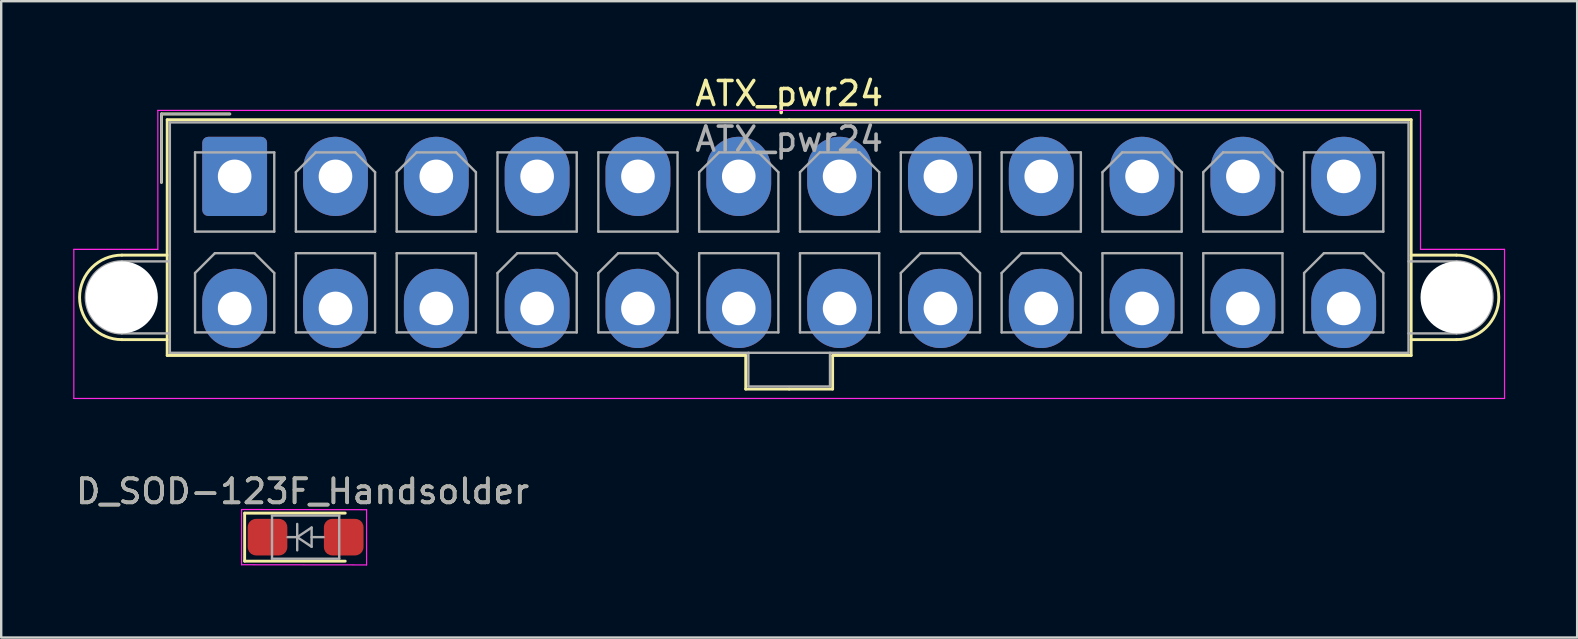
<source format=kicad_pcb>
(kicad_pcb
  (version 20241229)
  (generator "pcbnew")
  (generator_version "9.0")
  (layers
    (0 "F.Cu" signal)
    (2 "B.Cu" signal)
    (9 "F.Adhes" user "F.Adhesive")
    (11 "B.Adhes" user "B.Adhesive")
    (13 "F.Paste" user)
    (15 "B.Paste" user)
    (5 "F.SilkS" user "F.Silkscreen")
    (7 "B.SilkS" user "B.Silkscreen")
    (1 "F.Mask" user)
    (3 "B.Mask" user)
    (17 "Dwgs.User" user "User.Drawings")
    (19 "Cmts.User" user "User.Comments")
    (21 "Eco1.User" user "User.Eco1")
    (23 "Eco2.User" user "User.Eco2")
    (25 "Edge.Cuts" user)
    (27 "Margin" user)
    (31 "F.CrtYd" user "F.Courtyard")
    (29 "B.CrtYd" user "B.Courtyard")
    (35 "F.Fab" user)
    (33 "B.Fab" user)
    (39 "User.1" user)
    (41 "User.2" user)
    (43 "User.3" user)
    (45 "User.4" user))
  (footprint "ATX_pwr24"
    (layer "F.Cu")
    (at 6.725 4.298)
    (property "Reference" "ATX_pwr24" (at 23.1 -3.45 0) (layer "F.SilkS") (effects (font (size 1 1) (thickness 0.15))))
    (attr through_hole)
    (fp_line (start -4.7 3.28) (end -2.81 3.28) (stroke (width 0.12) (type solid)) (layer "F.SilkS"))
    (fp_line (start -4.7 6.8) (end -2.81 6.8) (stroke (width 0.12) (type solid)) (layer "F.SilkS"))
    (fp_line (start -3.05 -2.6) (end -3.05 0.25) (stroke (width 0.12) (type solid)) (layer "F.SilkS"))
    (fp_line (start -2.81 -2.36) (end -2.81 7.46) (stroke (width 0.12) (type solid)) (layer "F.SilkS"))
    (fp_line (start -2.81 7.46) (end 21.29 7.46) (stroke (width 0.12) (type solid)) (layer "F.SilkS"))
    (fp_line (start -0.2 -2.6) (end -3.05 -2.6) (stroke (width 0.12) (type solid)) (layer "F.SilkS"))
    (fp_line (start 21.29 7.46) (end 21.29 8.86) (stroke (width 0.12) (type solid)) (layer "F.SilkS"))
    (fp_line (start 21.29 8.86) (end 23.1 8.86) (stroke (width 0.12) (type solid)) (layer "F.SilkS"))
    (fp_line (start 23.1 -2.36) (end -2.81 -2.36) (stroke (width 0.12) (type solid)) (layer "F.SilkS"))
    (fp_line (start 23.1 -2.36) (end 49.01 -2.36) (stroke (width 0.12) (type solid)) (layer "F.SilkS"))
    (fp_line (start 24.91 7.46) (end 24.91 8.86) (stroke (width 0.12) (type solid)) (layer "F.SilkS"))
    (fp_line (start 24.91 8.86) (end 23.1 8.86) (stroke (width 0.12) (type solid)) (layer "F.SilkS"))
    (fp_line (start 49.01 -2.36) (end 49.01 7.46) (stroke (width 0.12) (type solid)) (layer "F.SilkS"))
    (fp_line (start 49.01 7.46) (end 24.91 7.46) (stroke (width 0.12) (type solid)) (layer "F.SilkS"))
    (fp_line (start 50.9 3.28) (end 49.01 3.28) (stroke (width 0.12) (type solid)) (layer "F.SilkS"))
    (fp_line (start 50.9 6.8) (end 49.01 6.8) (stroke (width 0.12) (type solid)) (layer "F.SilkS"))
    (fp_arc (start -4.7 6.8) (mid -6.46 5.04) (end -4.7 3.28) (stroke (width 0.12) (type solid)) (layer "F.SilkS"))
    (fp_arc (start 50.9 3.28) (mid 52.66 5.04) (end 50.9 6.8) (stroke (width 0.12) (type solid)) (layer "F.SilkS"))
    (fp_line (start -6.7 3.04) (end -6.7 9.25) (stroke (width 0.05) (type solid)) (layer "F.CrtYd"))
    (fp_line (start -6.7 9.25) (end 52.9 9.25) (stroke (width 0.05) (type solid)) (layer "F.CrtYd"))
    (fp_line (start -3.2 -2.75) (end -3.2 3.04) (stroke (width 0.05) (type solid)) (layer "F.CrtYd"))
    (fp_line (start -3.2 3.04) (end -6.7 3.04) (stroke (width 0.05) (type solid)) (layer "F.CrtYd"))
    (fp_line (start 49.4 -2.75) (end -3.2 -2.75) (stroke (width 0.05) (type solid)) (layer "F.CrtYd"))
    (fp_line (start 49.4 3.04) (end 49.4 -2.75) (stroke (width 0.05) (type solid)) (layer "F.CrtYd"))
    (fp_line (start 52.9 3.04) (end 49.4 3.04) (stroke (width 0.05) (type solid)) (layer "F.CrtYd"))
    (fp_line (start 52.9 9.25) (end 52.9 3.04) (stroke (width 0.05) (type solid)) (layer "F.CrtYd"))
    (fp_line (start -4.7 3.54) (end -2.7 3.54) (stroke (width 0.1) (type solid)) (layer "F.Fab"))
    (fp_line (start -4.7 6.54) (end -2.7 6.54) (stroke (width 0.1) (type solid)) (layer "F.Fab"))
    (fp_line (start -3.05 -2.6) (end -3.05 0.25) (stroke (width 0.1) (type solid)) (layer "F.Fab"))
    (fp_line (start -2.7 -2.25) (end -2.7 7.35) (stroke (width 0.1) (type solid)) (layer "F.Fab"))
    (fp_line (start -2.7 7.35) (end 48.9 7.35) (stroke (width 0.1) (type solid)) (layer "F.Fab"))
    (fp_line (start -1.65 -1) (end -1.65 2.3) (stroke (width 0.1) (type solid)) (layer "F.Fab"))
    (fp_line (start -1.65 2.3) (end 1.65 2.3) (stroke (width 0.1) (type solid)) (layer "F.Fab"))
    (fp_line (start -1.65 4.025) (end -0.825 3.2) (stroke (width 0.1) (type solid)) (layer "F.Fab"))
    (fp_line (start -1.65 6.5) (end -1.65 4.025) (stroke (width 0.1) (type solid)) (layer "F.Fab"))
    (fp_line (start -0.825 3.2) (end 0.825 3.2) (stroke (width 0.1) (type solid)) (layer "F.Fab"))
    (fp_line (start -0.2 -2.6) (end -3.05 -2.6) (stroke (width 0.1) (type solid)) (layer "F.Fab"))
    (fp_line (start 0.825 3.2) (end 1.65 4.025) (stroke (width 0.1) (type solid)) (layer "F.Fab"))
    (fp_line (start 1.65 -1) (end -1.65 -1) (stroke (width 0.1) (type solid)) (layer "F.Fab"))
    (fp_line (start 1.65 2.3) (end 1.65 -1) (stroke (width 0.1) (type solid)) (layer "F.Fab"))
    (fp_line (start 1.65 4.025) (end 1.65 6.5) (stroke (width 0.1) (type solid)) (layer "F.Fab"))
    (fp_line (start 1.65 6.5) (end -1.65 6.5) (stroke (width 0.1) (type solid)) (layer "F.Fab"))
    (fp_line (start 2.55 -0.175) (end 3.375 -1) (stroke (width 0.1) (type solid)) (layer "F.Fab"))
    (fp_line (start 2.55 2.3) (end 2.55 -0.175) (stroke (width 0.1) (type solid)) (layer "F.Fab"))
    (fp_line (start 2.55 3.2) (end 2.55 6.5) (stroke (width 0.1) (type solid)) (layer "F.Fab"))
    (fp_line (start 2.55 6.5) (end 5.85 6.5) (stroke (width 0.1) (type solid)) (layer "F.Fab"))
    (fp_line (start 3.375 -1) (end 5.025 -1) (stroke (width 0.1) (type solid)) (layer "F.Fab"))
    (fp_line (start 5.025 -1) (end 5.85 -0.175) (stroke (width 0.1) (type solid)) (layer "F.Fab"))
    (fp_line (start 5.85 -0.175) (end 5.85 2.3) (stroke (width 0.1) (type solid)) (layer "F.Fab"))
    (fp_line (start 5.85 2.3) (end 2.55 2.3) (stroke (width 0.1) (type solid)) (layer "F.Fab"))
    (fp_line (start 5.85 3.2) (end 2.55 3.2) (stroke (width 0.1) (type solid)) (layer "F.Fab"))
    (fp_line (start 5.85 6.5) (end 5.85 3.2) (stroke (width 0.1) (type solid)) (layer "F.Fab"))
    (fp_line (start 6.75 -0.175) (end 7.575 -1) (stroke (width 0.1) (type solid)) (layer "F.Fab"))
    (fp_line (start 6.75 2.3) (end 6.75 -0.175) (stroke (width 0.1) (type solid)) (layer "F.Fab"))
    (fp_line (start 6.75 3.2) (end 6.75 6.5) (stroke (width 0.1) (type solid)) (layer "F.Fab"))
    (fp_line (start 6.75 6.5) (end 10.05 6.5) (stroke (width 0.1) (type solid)) (layer "F.Fab"))
    (fp_line (start 7.575 -1) (end 9.225 -1) (stroke (width 0.1) (type solid)) (layer "F.Fab"))
    (fp_line (start 9.225 -1) (end 10.05 -0.175) (stroke (width 0.1) (type solid)) (layer "F.Fab"))
    (fp_line (start 10.05 -0.175) (end 10.05 2.3) (stroke (width 0.1) (type solid)) (layer "F.Fab"))
    (fp_line (start 10.05 2.3) (end 6.75 2.3) (stroke (width 0.1) (type solid)) (layer "F.Fab"))
    (fp_line (start 10.05 3.2) (end 6.75 3.2) (stroke (width 0.1) (type solid)) (layer "F.Fab"))
    (fp_line (start 10.05 6.5) (end 10.05 3.2) (stroke (width 0.1) (type solid)) (layer "F.Fab"))
    (fp_line (start 10.95 -1) (end 10.95 2.3) (stroke (width 0.1) (type solid)) (layer "F.Fab"))
    (fp_line (start 10.95 2.3) (end 14.25 2.3) (stroke (width 0.1) (type solid)) (layer "F.Fab"))
    (fp_line (start 10.95 4.025) (end 11.775 3.2) (stroke (width 0.1) (type solid)) (layer "F.Fab"))
    (fp_line (start 10.95 6.5) (end 10.95 4.025) (stroke (width 0.1) (type solid)) (layer "F.Fab"))
    (fp_line (start 11.775 3.2) (end 13.425 3.2) (stroke (width 0.1) (type solid)) (layer "F.Fab"))
    (fp_line (start 13.425 3.2) (end 14.25 4.025) (stroke (width 0.1) (type solid)) (layer "F.Fab"))
    (fp_line (start 14.25 -1) (end 10.95 -1) (stroke (width 0.1) (type solid)) (layer "F.Fab"))
    (fp_line (start 14.25 2.3) (end 14.25 -1) (stroke (width 0.1) (type solid)) (layer "F.Fab"))
    (fp_line (start 14.25 4.025) (end 14.25 6.5) (stroke (width 0.1) (type solid)) (layer "F.Fab"))
    (fp_line (start 14.25 6.5) (end 10.95 6.5) (stroke (width 0.1) (type solid)) (layer "F.Fab"))
    (fp_line (start 15.15 -1) (end 15.15 2.3) (stroke (width 0.1) (type solid)) (layer "F.Fab"))
    (fp_line (start 15.15 2.3) (end 18.45 2.3) (stroke (width 0.1) (type solid)) (layer "F.Fab"))
    (fp_line (start 15.15 4.025) (end 15.975 3.2) (stroke (width 0.1) (type solid)) (layer "F.Fab"))
    (fp_line (start 15.15 6.5) (end 15.15 4.025) (stroke (width 0.1) (type solid)) (layer "F.Fab"))
    (fp_line (start 15.975 3.2) (end 17.625 3.2) (stroke (width 0.1) (type solid)) (layer "F.Fab"))
    (fp_line (start 17.625 3.2) (end 18.45 4.025) (stroke (width 0.1) (type solid)) (layer "F.Fab"))
    (fp_line (start 18.45 -1) (end 15.15 -1) (stroke (width 0.1) (type solid)) (layer "F.Fab"))
    (fp_line (start 18.45 2.3) (end 18.45 -1) (stroke (width 0.1) (type solid)) (layer "F.Fab"))
    (fp_line (start 18.45 4.025) (end 18.45 6.5) (stroke (width 0.1) (type solid)) (layer "F.Fab"))
    (fp_line (start 18.45 6.5) (end 15.15 6.5) (stroke (width 0.1) (type solid)) (layer "F.Fab"))
    (fp_line (start 19.35 -0.175) (end 20.175 -1) (stroke (width 0.1) (type solid)) (layer "F.Fab"))
    (fp_line (start 19.35 2.3) (end 19.35 -0.175) (stroke (width 0.1) (type solid)) (layer "F.Fab"))
    (fp_line (start 19.35 3.2) (end 19.35 6.5) (stroke (width 0.1) (type solid)) (layer "F.Fab"))
    (fp_line (start 19.35 6.5) (end 22.65 6.5) (stroke (width 0.1) (type solid)) (layer "F.Fab"))
    (fp_line (start 20.175 -1) (end 21.825 -1) (stroke (width 0.1) (type solid)) (layer "F.Fab"))
    (fp_line (start 21.4 7.35) (end 21.4 8.75) (stroke (width 0.1) (type solid)) (layer "F.Fab"))
    (fp_line (start 21.4 8.75) (end 24.8 8.75) (stroke (width 0.1) (type solid)) (layer "F.Fab"))
    (fp_line (start 21.825 -1) (end 22.65 -0.175) (stroke (width 0.1) (type solid)) (layer "F.Fab"))
    (fp_line (start 22.65 -0.175) (end 22.65 2.3) (stroke (width 0.1) (type solid)) (layer "F.Fab"))
    (fp_line (start 22.65 2.3) (end 19.35 2.3) (stroke (width 0.1) (type solid)) (layer "F.Fab"))
    (fp_line (start 22.65 3.2) (end 19.35 3.2) (stroke (width 0.1) (type solid)) (layer "F.Fab"))
    (fp_line (start 22.65 6.5) (end 22.65 3.2) (stroke (width 0.1) (type solid)) (layer "F.Fab"))
    (fp_line (start 23.55 -0.175) (end 24.375 -1) (stroke (width 0.1) (type solid)) (layer "F.Fab"))
    (fp_line (start 23.55 2.3) (end 23.55 -0.175) (stroke (width 0.1) (type solid)) (layer "F.Fab"))
    (fp_line (start 23.55 3.2) (end 23.55 6.5) (stroke (width 0.1) (type solid)) (layer "F.Fab"))
    (fp_line (start 23.55 6.5) (end 26.85 6.5) (stroke (width 0.1) (type solid)) (layer "F.Fab"))
    (fp_line (start 24.375 -1) (end 26.025 -1) (stroke (width 0.1) (type solid)) (layer "F.Fab"))
    (fp_line (start 24.8 8.75) (end 24.8 7.35) (stroke (width 0.1) (type solid)) (layer "F.Fab"))
    (fp_line (start 26.025 -1) (end 26.85 -0.175) (stroke (width 0.1) (type solid)) (layer "F.Fab"))
    (fp_line (start 26.85 -0.175) (end 26.85 2.3) (stroke (width 0.1) (type solid)) (layer "F.Fab"))
    (fp_line (start 26.85 2.3) (end 23.55 2.3) (stroke (width 0.1) (type solid)) (layer "F.Fab"))
    (fp_line (start 26.85 3.2) (end 23.55 3.2) (stroke (width 0.1) (type solid)) (layer "F.Fab"))
    (fp_line (start 26.85 6.5) (end 26.85 3.2) (stroke (width 0.1) (type solid)) (layer "F.Fab"))
    (fp_line (start 27.75 -1) (end 27.75 2.3) (stroke (width 0.1) (type solid)) (layer "F.Fab"))
    (fp_line (start 27.75 2.3) (end 31.05 2.3) (stroke (width 0.1) (type solid)) (layer "F.Fab"))
    (fp_line (start 27.75 4.025) (end 28.575 3.2) (stroke (width 0.1) (type solid)) (layer "F.Fab"))
    (fp_line (start 27.75 6.5) (end 27.75 4.025) (stroke (width 0.1) (type solid)) (layer "F.Fab"))
    (fp_line (start 28.575 3.2) (end 30.225 3.2) (stroke (width 0.1) (type solid)) (layer "F.Fab"))
    (fp_line (start 30.225 3.2) (end 31.05 4.025) (stroke (width 0.1) (type solid)) (layer "F.Fab"))
    (fp_line (start 31.05 -1) (end 27.75 -1) (stroke (width 0.1) (type solid)) (layer "F.Fab"))
    (fp_line (start 31.05 2.3) (end 31.05 -1) (stroke (width 0.1) (type solid)) (layer "F.Fab"))
    (fp_line (start 31.05 4.025) (end 31.05 6.5) (stroke (width 0.1) (type solid)) (layer "F.Fab"))
    (fp_line (start 31.05 6.5) (end 27.75 6.5) (stroke (width 0.1) (type solid)) (layer "F.Fab"))
    (fp_line (start 31.95 -1) (end 31.95 2.3) (stroke (width 0.1) (type solid)) (layer "F.Fab"))
    (fp_line (start 31.95 2.3) (end 35.25 2.3) (stroke (width 0.1) (type solid)) (layer "F.Fab"))
    (fp_line (start 31.95 4.025) (end 32.775 3.2) (stroke (width 0.1) (type solid)) (layer "F.Fab"))
    (fp_line (start 31.95 6.5) (end 31.95 4.025) (stroke (width 0.1) (type solid)) (layer "F.Fab"))
    (fp_line (start 32.775 3.2) (end 34.425 3.2) (stroke (width 0.1) (type solid)) (layer "F.Fab"))
    (fp_line (start 34.425 3.2) (end 35.25 4.025) (stroke (width 0.1) (type solid)) (layer "F.Fab"))
    (fp_line (start 35.25 -1) (end 31.95 -1) (stroke (width 0.1) (type solid)) (layer "F.Fab"))
    (fp_line (start 35.25 2.3) (end 35.25 -1) (stroke (width 0.1) (type solid)) (layer "F.Fab"))
    (fp_line (start 35.25 4.025) (end 35.25 6.5) (stroke (width 0.1) (type solid)) (layer "F.Fab"))
    (fp_line (start 35.25 6.5) (end 31.95 6.5) (stroke (width 0.1) (type solid)) (layer "F.Fab"))
    (fp_line (start 36.15 -0.175) (end 36.975 -1) (stroke (width 0.1) (type solid)) (layer "F.Fab"))
    (fp_line (start 36.15 2.3) (end 36.15 -0.175) (stroke (width 0.1) (type solid)) (layer "F.Fab"))
    (fp_line (start 36.15 3.2) (end 36.15 6.5) (stroke (width 0.1) (type solid)) (layer "F.Fab"))
    (fp_line (start 36.15 6.5) (end 39.45 6.5) (stroke (width 0.1) (type solid)) (layer "F.Fab"))
    (fp_line (start 36.975 -1) (end 38.625 -1) (stroke (width 0.1) (type solid)) (layer "F.Fab"))
    (fp_line (start 38.625 -1) (end 39.45 -0.175) (stroke (width 0.1) (type solid)) (layer "F.Fab"))
    (fp_line (start 39.45 -0.175) (end 39.45 2.3) (stroke (width 0.1) (type solid)) (layer "F.Fab"))
    (fp_line (start 39.45 2.3) (end 36.15 2.3) (stroke (width 0.1) (type solid)) (layer "F.Fab"))
    (fp_line (start 39.45 3.2) (end 36.15 3.2) (stroke (width 0.1) (type solid)) (layer "F.Fab"))
    (fp_line (start 39.45 6.5) (end 39.45 3.2) (stroke (width 0.1) (type solid)) (layer "F.Fab"))
    (fp_line (start 40.35 -0.175) (end 41.175 -1) (stroke (width 0.1) (type solid)) (layer "F.Fab"))
    (fp_line (start 40.35 2.3) (end 40.35 -0.175) (stroke (width 0.1) (type solid)) (layer "F.Fab"))
    (fp_line (start 40.35 3.2) (end 40.35 6.5) (stroke (width 0.1) (type solid)) (layer "F.Fab"))
    (fp_line (start 40.35 6.5) (end 43.65 6.5) (stroke (width 0.1) (type solid)) (layer "F.Fab"))
    (fp_line (start 41.175 -1) (end 42.825 -1) (stroke (width 0.1) (type solid)) (layer "F.Fab"))
    (fp_line (start 42.825 -1) (end 43.65 -0.175) (stroke (width 0.1) (type solid)) (layer "F.Fab"))
    (fp_line (start 43.65 -0.175) (end 43.65 2.3) (stroke (width 0.1) (type solid)) (layer "F.Fab"))
    (fp_line (start 43.65 2.3) (end 40.35 2.3) (stroke (width 0.1) (type solid)) (layer "F.Fab"))
    (fp_line (start 43.65 3.2) (end 40.35 3.2) (stroke (width 0.1) (type solid)) (layer "F.Fab"))
    (fp_line (start 43.65 6.5) (end 43.65 3.2) (stroke (width 0.1) (type solid)) (layer "F.Fab"))
    (fp_line (start 44.55 -1) (end 44.55 2.3) (stroke (width 0.1) (type solid)) (layer "F.Fab"))
    (fp_line (start 44.55 2.3) (end 47.85 2.3) (stroke (width 0.1) (type solid)) (layer "F.Fab"))
    (fp_line (start 44.55 4.025) (end 45.375 3.2) (stroke (width 0.1) (type solid)) (layer "F.Fab"))
    (fp_line (start 44.55 6.5) (end 44.55 4.025) (stroke (width 0.1) (type solid)) (layer "F.Fab"))
    (fp_line (start 45.375 3.2) (end 47.025 3.2) (stroke (width 0.1) (type solid)) (layer "F.Fab"))
    (fp_line (start 47.025 3.2) (end 47.85 4.025) (stroke (width 0.1) (type solid)) (layer "F.Fab"))
    (fp_line (start 47.85 -1) (end 44.55 -1) (stroke (width 0.1) (type solid)) (layer "F.Fab"))
    (fp_line (start 47.85 2.3) (end 47.85 -1) (stroke (width 0.1) (type solid)) (layer "F.Fab"))
    (fp_line (start 47.85 4.025) (end 47.85 6.5) (stroke (width 0.1) (type solid)) (layer "F.Fab"))
    (fp_line (start 47.85 6.5) (end 44.55 6.5) (stroke (width 0.1) (type solid)) (layer "F.Fab"))
    (fp_line (start 48.9 -2.25) (end -2.7 -2.25) (stroke (width 0.1) (type solid)) (layer "F.Fab"))
    (fp_line (start 48.9 7.35) (end 48.9 -2.25) (stroke (width 0.1) (type solid)) (layer "F.Fab"))
    (fp_line (start 50.9 3.54) (end 48.9 3.54) (stroke (width 0.1) (type solid)) (layer "F.Fab"))
    (fp_line (start 50.9 6.54) (end 48.9 6.54) (stroke (width 0.1) (type solid)) (layer "F.Fab"))
    (fp_arc (start -4.7 6.54) (mid -6.2 5.04) (end -4.7 3.54) (stroke (width 0.1) (type solid)) (layer "F.Fab"))
    (fp_arc (start 50.9 3.54) (mid 52.4 5.04) (end 50.9 6.54) (stroke (width 0.1) (type solid)) (layer "F.Fab"))
    (fp_text user "${REFERENCE}" (at 23.1 -1.55 0) (layer "F.Fab") (effects (font (size 1 1) (thickness 0.15))))
    (pad "" np_thru_hole circle (at -4.7 5.04) (size 3 3) (drill 3) (layers "*.Cu" "*.Mask"))
    (pad "" np_thru_hole circle (at 50.9 5.04) (size 3 3) (drill 3) (layers "*.Cu" "*.Mask"))
    (pad "1" thru_hole roundrect (at 0 0) (size 2.7 3.3) (drill 1.4) (layers "*.Cu" "*.Mask") (roundrect_rratio 0.093))
    (pad "2" thru_hole oval (at 4.2 0) (size 2.7 3.3) (drill 1.4) (layers "*.Cu" "*.Mask"))
    (pad "3" thru_hole oval (at 8.4 0) (size 2.7 3.3) (drill 1.4) (layers "*.Cu" "*.Mask"))
    (pad "4" thru_hole oval (at 12.6 0) (size 2.7 3.3) (drill 1.4) (layers "*.Cu" "*.Mask"))
    (pad "5" thru_hole oval (at 16.8 0) (size 2.7 3.3) (drill 1.4) (layers "*.Cu" "*.Mask"))
    (pad "6" thru_hole oval (at 21 0) (size 2.7 3.3) (drill 1.4) (layers "*.Cu" "*.Mask"))
    (pad "7" thru_hole oval (at 25.2 0) (size 2.7 3.3) (drill 1.4) (layers "*.Cu" "*.Mask"))
    (pad "8" thru_hole oval (at 29.4 0) (size 2.7 3.3) (drill 1.4) (layers "*.Cu" "*.Mask"))
    (pad "9" thru_hole oval (at 33.6 0) (size 2.7 3.3) (drill 1.4) (layers "*.Cu" "*.Mask"))
    (pad "10" thru_hole oval (at 37.8 0) (size 2.7 3.3) (drill 1.4) (layers "*.Cu" "*.Mask"))
    (pad "11" thru_hole oval (at 42 0) (size 2.7 3.3) (drill 1.4) (layers "*.Cu" "*.Mask"))
    (pad "12" thru_hole oval (at 46.2 0) (size 2.7 3.3) (drill 1.4) (layers "*.Cu" "*.Mask"))
    (pad "13" thru_hole oval (at 0 5.5) (size 2.7 3.3) (drill 1.4) (layers "*.Cu" "*.Mask"))
    (pad "14" thru_hole oval (at 4.2 5.5) (size 2.7 3.3) (drill 1.4) (layers "*.Cu" "*.Mask"))
    (pad "15" thru_hole oval (at 8.4 5.5) (size 2.7 3.3) (drill 1.4) (layers "*.Cu" "*.Mask"))
    (pad "16" thru_hole oval (at 12.6 5.5) (size 2.7 3.3) (drill 1.4) (layers "*.Cu" "*.Mask"))
    (pad "17" thru_hole oval (at 16.8 5.5) (size 2.7 3.3) (drill 1.4) (layers "*.Cu" "*.Mask"))
    (pad "18" thru_hole oval (at 21 5.5) (size 2.7 3.3) (drill 1.4) (layers "*.Cu" "*.Mask"))
    (pad "19" thru_hole oval (at 25.2 5.5) (size 2.7 3.3) (drill 1.4) (layers "*.Cu" "*.Mask"))
    (pad "20" thru_hole oval (at 29.4 5.5) (size 2.7 3.3) (drill 1.4) (layers "*.Cu" "*.Mask"))
    (pad "21" thru_hole oval (at 33.6 5.5) (size 2.7 3.3) (drill 1.4) (layers "*.Cu" "*.Mask"))
    (pad "22" thru_hole oval (at 37.8 5.5) (size 2.7 3.3) (drill 1.4) (layers "*.Cu" "*.Mask"))
    (pad "23" thru_hole oval (at 42 5.5) (size 2.7 3.3) (drill 1.4) (layers "*.Cu" "*.Mask"))
    (pad "24" thru_hole oval (at 46.2 5.5) (size 2.7 3.3) (drill 1.4) (layers "*.Cu" "*.Mask")))
  (footprint "D_SOD-123F_Handsolder"
    (layer "F.Cu")
    (at 9.681 19.326)
    (property "Reference" "D_SOD-123F_Handsolder" (at -0.127 -1.905 0) (layer "F.SilkS") (effects (font (size 1 1) (thickness 0.15))))
    (attr smd)
    (fp_line (start -2.54 -1) (end -2.54 1) (stroke (width 0.12) (type solid)) (layer "F.SilkS"))
    (fp_line (start -2.54 -1) (end 1.65 -1) (stroke (width 0.12) (type solid)) (layer "F.SilkS"))
    (fp_line (start -2.54 1) (end 1.65 1) (stroke (width 0.12) (type solid)) (layer "F.SilkS"))
    (fp_line (start -2.667 -1.15) (end -2.667 1.15) (stroke (width 0.05) (type solid)) (layer "F.CrtYd"))
    (fp_line (start -2.667 -1.15) (end 2.54 -1.143) (stroke (width 0.05) (type solid)) (layer "F.CrtYd"))
    (fp_line (start 2.54 -1.143) (end 2.54 1.157) (stroke (width 0.05) (type solid)) (layer "F.CrtYd"))
    (fp_line (start 2.54 1.157) (end -2.667 1.15) (stroke (width 0.05) (type solid)) (layer "F.CrtYd"))
    (fp_line (start -1.4 -0.9) (end 1.4 -0.9) (stroke (width 0.1) (type solid)) (layer "F.Fab"))
    (fp_line (start -1.4 0.9) (end -1.4 -0.9) (stroke (width 0.1) (type solid)) (layer "F.Fab"))
    (fp_line (start -0.75 0) (end -0.35 0) (stroke (width 0.1) (type solid)) (layer "F.Fab"))
    (fp_line (start -0.35 0) (end -0.35 -0.55) (stroke (width 0.1) (type solid)) (layer "F.Fab"))
    (fp_line (start -0.35 0) (end -0.35 0.55) (stroke (width 0.1) (type solid)) (layer "F.Fab"))
    (fp_line (start -0.35 0) (end 0.25 -0.4) (stroke (width 0.1) (type solid)) (layer "F.Fab"))
    (fp_line (start 0.25 -0.4) (end 0.25 0.4) (stroke (width 0.1) (type solid)) (layer "F.Fab"))
    (fp_line (start 0.25 0) (end 0.75 0) (stroke (width 0.1) (type solid)) (layer "F.Fab"))
    (fp_line (start 0.25 0.4) (end -0.35 0) (stroke (width 0.1) (type solid)) (layer "F.Fab"))
    (fp_line (start 1.4 -0.9) (end 1.4 0.9) (stroke (width 0.1) (type solid)) (layer "F.Fab"))
    (fp_line (start 1.4 0.9) (end -1.4 0.9) (stroke (width 0.1) (type solid)) (layer "F.Fab"))
    (fp_text user "${REFERENCE}" (at -0.127 -1.905 0) (layer "F.Fab") (effects (font (size 1 1) (thickness 0.15))))
    (pad "1" smd roundrect (at -1.587 0) (size 1.651 1.524) (layers "F.Cu" "F.Mask" "F.Paste") (roundrect_rratio 0.227))
    (pad "2" smd roundrect (at 1.587 0) (size 1.651 1.524) (layers "F.Cu" "F.Mask" "F.Paste") (roundrect_rratio 0.227)))
  (gr_rect
    (start -3 -3)
    (end 62.65 23.509)
    (stroke (width 0.1) (type default))
    (fill no)
    (layer "Edge.Cuts")))
</source>
